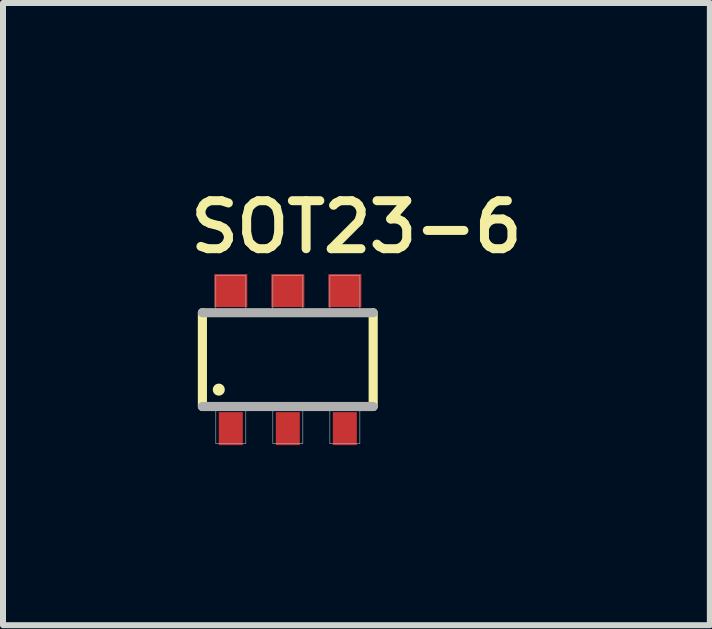
<source format=kicad_pcb>
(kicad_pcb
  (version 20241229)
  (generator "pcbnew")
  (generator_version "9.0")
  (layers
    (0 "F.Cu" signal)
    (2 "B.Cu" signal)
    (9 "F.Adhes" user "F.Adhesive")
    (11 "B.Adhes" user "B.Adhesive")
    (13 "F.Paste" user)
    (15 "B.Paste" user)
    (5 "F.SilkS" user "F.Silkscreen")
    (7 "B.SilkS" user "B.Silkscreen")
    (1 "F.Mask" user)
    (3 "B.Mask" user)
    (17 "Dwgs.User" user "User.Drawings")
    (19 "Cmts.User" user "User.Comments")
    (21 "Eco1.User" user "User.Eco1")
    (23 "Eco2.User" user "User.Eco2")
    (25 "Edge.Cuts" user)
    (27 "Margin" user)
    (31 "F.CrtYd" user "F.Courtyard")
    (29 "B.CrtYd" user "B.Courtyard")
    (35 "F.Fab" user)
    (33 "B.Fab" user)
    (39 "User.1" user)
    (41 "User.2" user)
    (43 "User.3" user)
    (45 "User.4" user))
  (footprint "SOT23-6"
    (layer "F.Cu")
    (at 1.745 2.941)
    (property "Reference" "SOT23-6" (at 1.143 -2.21 0) (layer "F.SilkS") (effects (font (size 0.8 0.8) (thickness 0.15))))
    (attr through_hole)
    (fp_line (start -1.423 0.781) (end -1.423 -0.781) (stroke (width 0.152) (type solid)) (layer "F.SilkS"))
    (fp_line (start 1.422 -0.781) (end 1.422 0.781) (stroke (width 0.152) (type solid)) (layer "F.SilkS"))
    (fp_circle (center -1.15 0.5) (end -1.05 0.5) (stroke (width 0) (type solid)) (fill yes) (layer "F.SilkS"))
    (fp_line (start -1.423 -0.781) (end 1.422 -0.781) (stroke (width 0.152) (type solid)) (layer "F.Fab"))
    (fp_line (start 1.422 0.781) (end -1.423 0.781) (stroke (width 0.152) (type solid)) (layer "F.Fab"))
    (fp_poly (pts (xy -1.2 -1.4) (xy -0.7 -1.4) (xy -0.7 -0.8) (xy -1.2 -0.8)) (stroke (width 0.01) (type solid)) (fill no) (layer "F.Fab"))
    (fp_poly (pts (xy -1.2 0.8) (xy -0.7 0.8) (xy -0.7 1.4) (xy -1.2 1.4)) (stroke (width 0.01) (type solid)) (fill no) (layer "F.Fab"))
    (fp_poly (pts (xy -0.25 -1.4) (xy 0.25 -1.4) (xy 0.25 -0.8) (xy -0.25 -0.8)) (stroke (width 0.01) (type solid)) (fill no) (layer "F.Fab"))
    (fp_poly (pts (xy -0.25 0.8) (xy 0.25 0.8) (xy 0.25 1.4) (xy -0.25 1.4)) (stroke (width 0.01) (type solid)) (fill no) (layer "F.Fab"))
    (fp_poly (pts (xy 0.7 -1.4) (xy 1.2 -1.4) (xy 1.2 -0.8) (xy 0.7 -0.8)) (stroke (width 0.01) (type solid)) (fill no) (layer "F.Fab"))
    (fp_poly (pts (xy 0.7 0.8) (xy 1.2 0.8) (xy 1.2 1.4) (xy 0.7 1.4)) (stroke (width 0.01) (type solid)) (fill no) (layer "F.Fab"))
    (pad "1" smd rect (at -0.95 1.15) (size 0.4 0.55) (layers "F.Cu" "F.Mask" "F.Paste"))
    (pad "2" smd rect (at 0 1.15) (size 0.4 0.55) (layers "F.Cu" "F.Mask" "F.Paste"))
    (pad "3" smd rect (at 0.95 1.15) (size 0.4 0.55) (layers "F.Cu" "F.Mask" "F.Paste"))
    (pad "4" smd rect (at 0.95 -1.15) (size 0.55 0.55) (layers "F.Cu" "F.Mask" "F.Paste"))
    (pad "5" smd rect (at 0 -1.15) (size 0.55 0.55) (layers "F.Cu" "F.Mask" "F.Paste"))
    (pad "6" smd rect (at -0.95 -1.15) (size 0.55 0.55) (layers "F.Cu" "F.Mask" "F.Paste")))
  (gr_rect
    (start -3 -3)
    (end 8.776 7.366)
    (stroke (width 0.1) (type default))
    (fill no)
    (layer "Edge.Cuts")))
</source>
